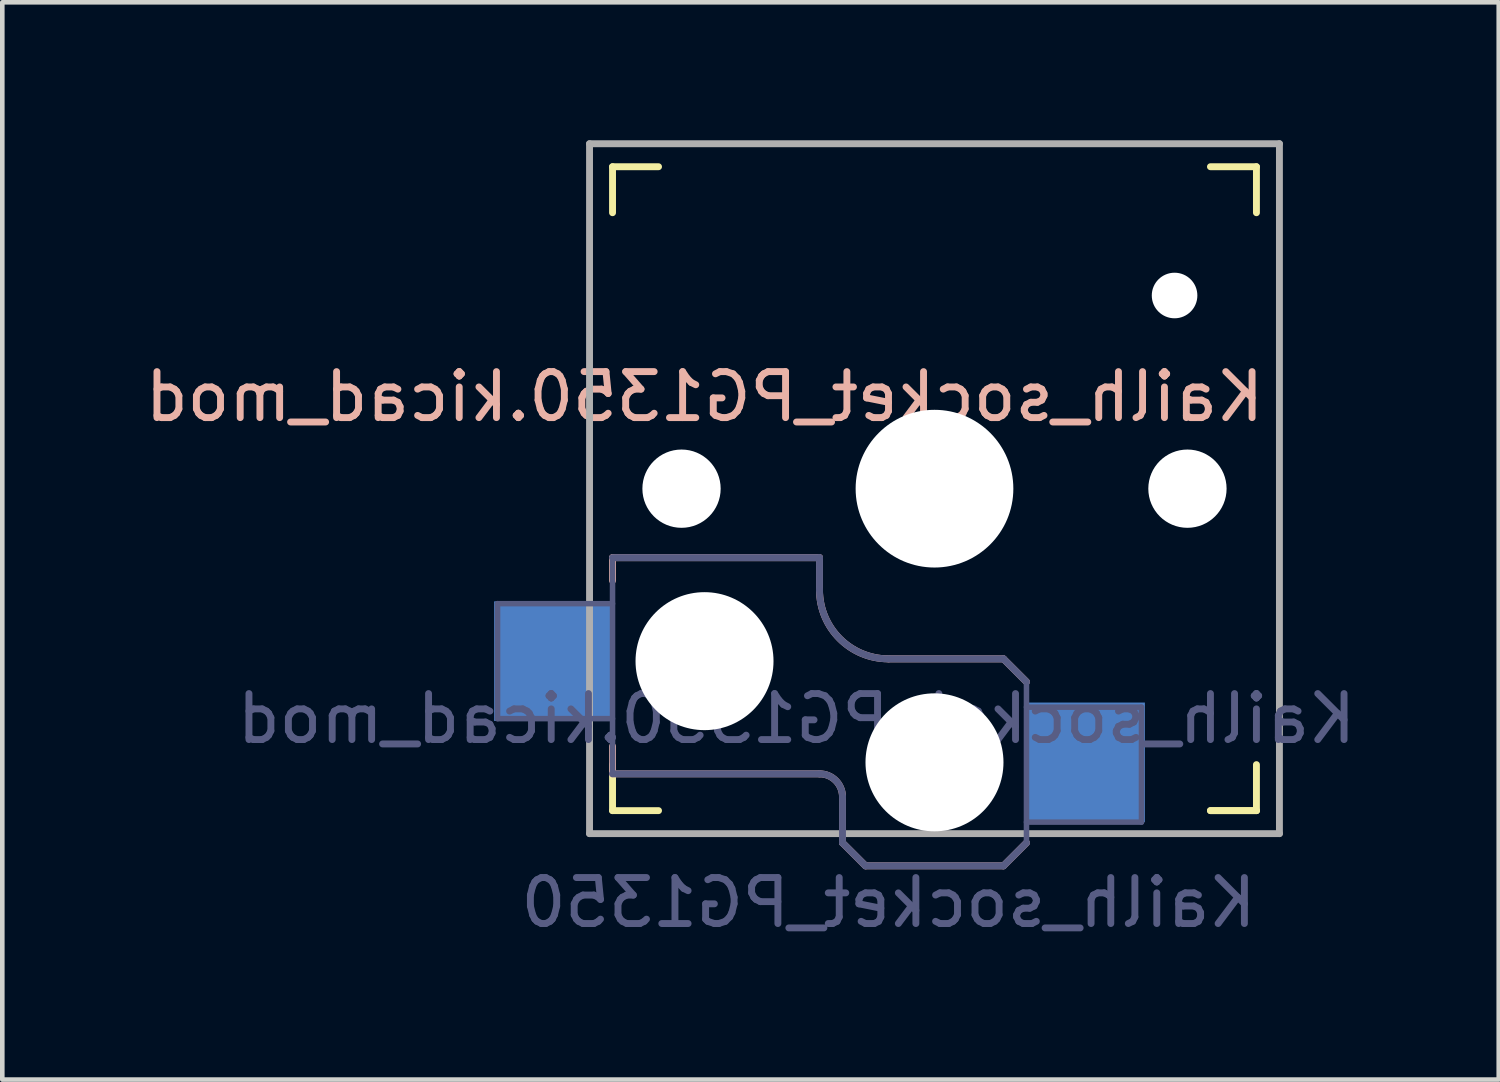
<source format=kicad_pcb>
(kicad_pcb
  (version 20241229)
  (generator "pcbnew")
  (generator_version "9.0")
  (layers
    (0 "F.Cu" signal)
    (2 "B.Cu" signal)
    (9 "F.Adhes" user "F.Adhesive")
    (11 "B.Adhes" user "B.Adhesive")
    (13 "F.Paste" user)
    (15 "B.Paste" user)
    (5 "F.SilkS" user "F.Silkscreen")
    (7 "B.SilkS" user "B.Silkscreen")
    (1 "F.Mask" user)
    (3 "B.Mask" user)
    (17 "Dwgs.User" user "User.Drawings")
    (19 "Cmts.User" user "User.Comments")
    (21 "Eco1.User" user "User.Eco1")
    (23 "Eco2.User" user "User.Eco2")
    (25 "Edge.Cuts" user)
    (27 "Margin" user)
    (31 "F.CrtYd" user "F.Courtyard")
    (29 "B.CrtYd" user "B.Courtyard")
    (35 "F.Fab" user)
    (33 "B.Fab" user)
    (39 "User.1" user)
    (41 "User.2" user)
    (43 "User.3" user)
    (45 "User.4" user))
  (footprint "Kailh_socket_PG1350.kicad_mod"
    (layer "F.Cu")
    (at 17.268 7.575)
    (property "Reference" "Kailh_socket_PG1350.kicad_mod" (at -5 -2 0) (layer "B.SilkS") (effects (font (size 1 1) (thickness 0.15)) (justify mirror)))
    (property "Value" "Kailh_socket_PG1350" (at 0 8.255 0) (layer "F.Fab") (hide yes) (effects (font (size 1 1) (thickness 0.15))))
    (attr smd)
    (fp_line (start -7 -6) (end -7 -7) (stroke (width 0.15) (type solid)) (layer "F.SilkS"))
    (fp_line (start -7 7) (end -7 6) (stroke (width 0.15) (type solid)) (layer "F.SilkS"))
    (fp_line (start -7 7) (end -6 7) (stroke (width 0.15) (type solid)) (layer "F.SilkS"))
    (fp_line (start -6 -7) (end -7 -7) (stroke (width 0.15) (type solid)) (layer "F.SilkS"))
    (fp_line (start 6 7) (end 7 7) (stroke (width 0.15) (type solid)) (layer "F.SilkS"))
    (fp_line (start 7 -7) (end 6 -7) (stroke (width 0.15) (type solid)) (layer "F.SilkS"))
    (fp_line (start 7 -7) (end 7 -6) (stroke (width 0.15) (type solid)) (layer "F.SilkS"))
    (fp_line (start 7 6) (end 7 7) (stroke (width 0.15) (type solid)) (layer "F.SilkS"))
    (fp_line (start 7 7) (end 6 7) (stroke (width 0.15) (type solid)) (layer "F.SilkS"))
    (fp_line (start -7 1.5) (end -7 2) (stroke (width 0.15) (type solid)) (layer "B.SilkS"))
    (fp_line (start -7 5.6) (end -7 6.2) (stroke (width 0.15) (type solid)) (layer "B.SilkS"))
    (fp_line (start -7 6.2) (end -2.5 6.2) (stroke (width 0.15) (type solid)) (layer "B.SilkS"))
    (fp_line (start -2.5 1.5) (end -7 1.5) (stroke (width 0.15) (type solid)) (layer "B.SilkS"))
    (fp_line (start -2.5 2.2) (end -2.5 1.5) (stroke (width 0.15) (type solid)) (layer "B.SilkS"))
    (fp_line (start -2 6.7) (end -2 7.7) (stroke (width 0.15) (type solid)) (layer "B.SilkS"))
    (fp_line (start -1.5 8.2) (end -2 7.7) (stroke (width 0.15) (type solid)) (layer "B.SilkS"))
    (fp_line (start 1.5 3.7) (end -1 3.7) (stroke (width 0.15) (type solid)) (layer "B.SilkS"))
    (fp_line (start 1.5 8.2) (end -1.5 8.2) (stroke (width 0.15) (type solid)) (layer "B.SilkS"))
    (fp_line (start 2 4.2) (end 1.5 3.7) (stroke (width 0.15) (type solid)) (layer "B.SilkS"))
    (fp_line (start 2 7.7) (end 1.5 8.2) (stroke (width 0.15) (type solid)) (layer "B.SilkS"))
    (fp_arc (start -2.5 6.2) (mid -2.146447 6.346447) (end -2 6.7) (stroke (width 0.15) (type solid)) (layer "B.SilkS"))
    (fp_arc (start -1 3.7) (mid -2.06066 3.26066) (end -2.5 2.2) (stroke (width 0.15) (type solid)) (layer "B.SilkS"))
    (fp_line (start -6.9 6.9) (end -6.9 -6.9) (stroke (width 0.15) (type solid)) (layer "Eco2.User"))
    (fp_line (start -6.9 6.9) (end 6.9 6.9) (stroke (width 0.15) (type solid)) (layer "Eco2.User"))
    (fp_line (start -2.6 -3.1) (end -2.6 -6.3) (stroke (width 0.15) (type solid)) (layer "Eco2.User"))
    (fp_line (start -2.6 -3.1) (end 2.6 -3.1) (stroke (width 0.15) (type solid)) (layer "Eco2.User"))
    (fp_line (start 2.6 -6.3) (end -2.6 -6.3) (stroke (width 0.15) (type solid)) (layer "Eco2.User"))
    (fp_line (start 2.6 -3.1) (end 2.6 -6.3) (stroke (width 0.15) (type solid)) (layer "Eco2.User"))
    (fp_line (start 6.9 -6.9) (end -6.9 -6.9) (stroke (width 0.15) (type solid)) (layer "Eco2.User"))
    (fp_line (start 6.9 -6.9) (end 6.9 6.9) (stroke (width 0.15) (type solid)) (layer "Eco2.User"))
    (fp_line (start -9.5 2.5) (end -7 2.5) (stroke (width 0.12) (type solid)) (layer "B.Fab"))
    (fp_line (start -9.5 5) (end -9.5 2.5) (stroke (width 0.12) (type solid)) (layer "B.Fab"))
    (fp_line (start -7 1.5) (end -7 6.2) (stroke (width 0.12) (type solid)) (layer "B.Fab"))
    (fp_line (start -7 5) (end -9.5 5) (stroke (width 0.12) (type solid)) (layer "B.Fab"))
    (fp_line (start -7 6.2) (end -2.5 6.2) (stroke (width 0.15) (type solid)) (layer "B.Fab"))
    (fp_line (start -2.5 1.5) (end -7 1.5) (stroke (width 0.15) (type solid)) (layer "B.Fab"))
    (fp_line (start -2.5 2.2) (end -2.5 1.5) (stroke (width 0.15) (type solid)) (layer "B.Fab"))
    (fp_line (start -2 6.7) (end -2 7.7) (stroke (width 0.15) (type solid)) (layer "B.Fab"))
    (fp_line (start -1.5 8.2) (end -2 7.7) (stroke (width 0.15) (type solid)) (layer "B.Fab"))
    (fp_line (start 1.5 3.7) (end -1 3.7) (stroke (width 0.15) (type solid)) (layer "B.Fab"))
    (fp_line (start 1.5 8.2) (end -1.5 8.2) (stroke (width 0.15) (type solid)) (layer "B.Fab"))
    (fp_line (start 2 4.2) (end 1.5 3.7) (stroke (width 0.15) (type solid)) (layer "B.Fab"))
    (fp_line (start 2 4.25) (end 2 7.7) (stroke (width 0.12) (type solid)) (layer "B.Fab"))
    (fp_line (start 2 4.75) (end 4.5 4.75) (stroke (width 0.12) (type solid)) (layer "B.Fab"))
    (fp_line (start 2 7.7) (end 1.5 8.2) (stroke (width 0.15) (type solid)) (layer "B.Fab"))
    (fp_line (start 4.5 4.75) (end 4.5 7.25) (stroke (width 0.12) (type solid)) (layer "B.Fab"))
    (fp_line (start 4.5 7.25) (end 2 7.25) (stroke (width 0.12) (type solid)) (layer "B.Fab"))
    (fp_arc (start -2.5 6.2) (mid -2.146447 6.346447) (end -2 6.7) (stroke (width 0.15) (type solid)) (layer "B.Fab"))
    (fp_arc (start -1 3.7) (mid -2.06066 3.26066) (end -2.5 2.2) (stroke (width 0.15) (type solid)) (layer "B.Fab"))
    (fp_line (start -7.5 -7.5) (end 7.5 -7.5) (stroke (width 0.15) (type solid)) (layer "F.Fab"))
    (fp_line (start -7.5 7.5) (end -7.5 -7.5) (stroke (width 0.15) (type solid)) (layer "F.Fab"))
    (fp_line (start 7.5 -7.5) (end 7.5 7.5) (stroke (width 0.15) (type solid)) (layer "F.Fab"))
    (fp_line (start 7.5 7.5) (end -7.5 7.5) (stroke (width 0.15) (type solid)) (layer "F.Fab"))
    (fp_text user "${REFERENCE}" (at -3 5 0) (layer "B.Fab") (effects (font (size 1 1) (thickness 0.15)) (justify mirror)))
    (fp_text user "${VALUE}" (at -1 9 0) (layer "B.Fab") (effects (font (size 1 1) (thickness 0.15)) (justify mirror)))
    (pad "" np_thru_hole circle (at -5.5 0) (size 1.702 1.702) (drill 1.702) (layers "*.Cu" "*.Mask"))
    (pad "" np_thru_hole circle (at -5 3.75) (size 3 3) (drill 3) (layers "*.Cu" "*.Mask"))
    (pad "" np_thru_hole circle (at 0 0) (size 3.429 3.429) (drill 3.429) (layers "*.Cu" "*.Mask"))
    (pad "" np_thru_hole circle (at 0 5.95) (size 3 3) (drill 3) (layers "*.Cu" "*.Mask"))
    (pad "" np_thru_hole circle (at 5.22 -4.2) (size 0.991 0.991) (drill 0.991) (layers "*.Cu" "*.Mask"))
    (pad "" np_thru_hole circle (at 5.5 0) (size 1.702 1.702) (drill 1.702) (layers "*.Cu" "*.Mask"))
    (pad "1" smd rect (at 3.275 5.95) (size 2.6 2.6) (layers "B.Cu" "B.Mask" "B.Paste"))
    (pad "2" smd rect (at -8.275 3.75) (size 2.6 2.6) (layers "B.Cu" "B.Mask" "B.Paste")))
  (gr_rect
    (start -3 -3)
    (end 29.536 20.423)
    (stroke (width 0.1) (type default))
    (fill no)
    (layer "Edge.Cuts")))
</source>
